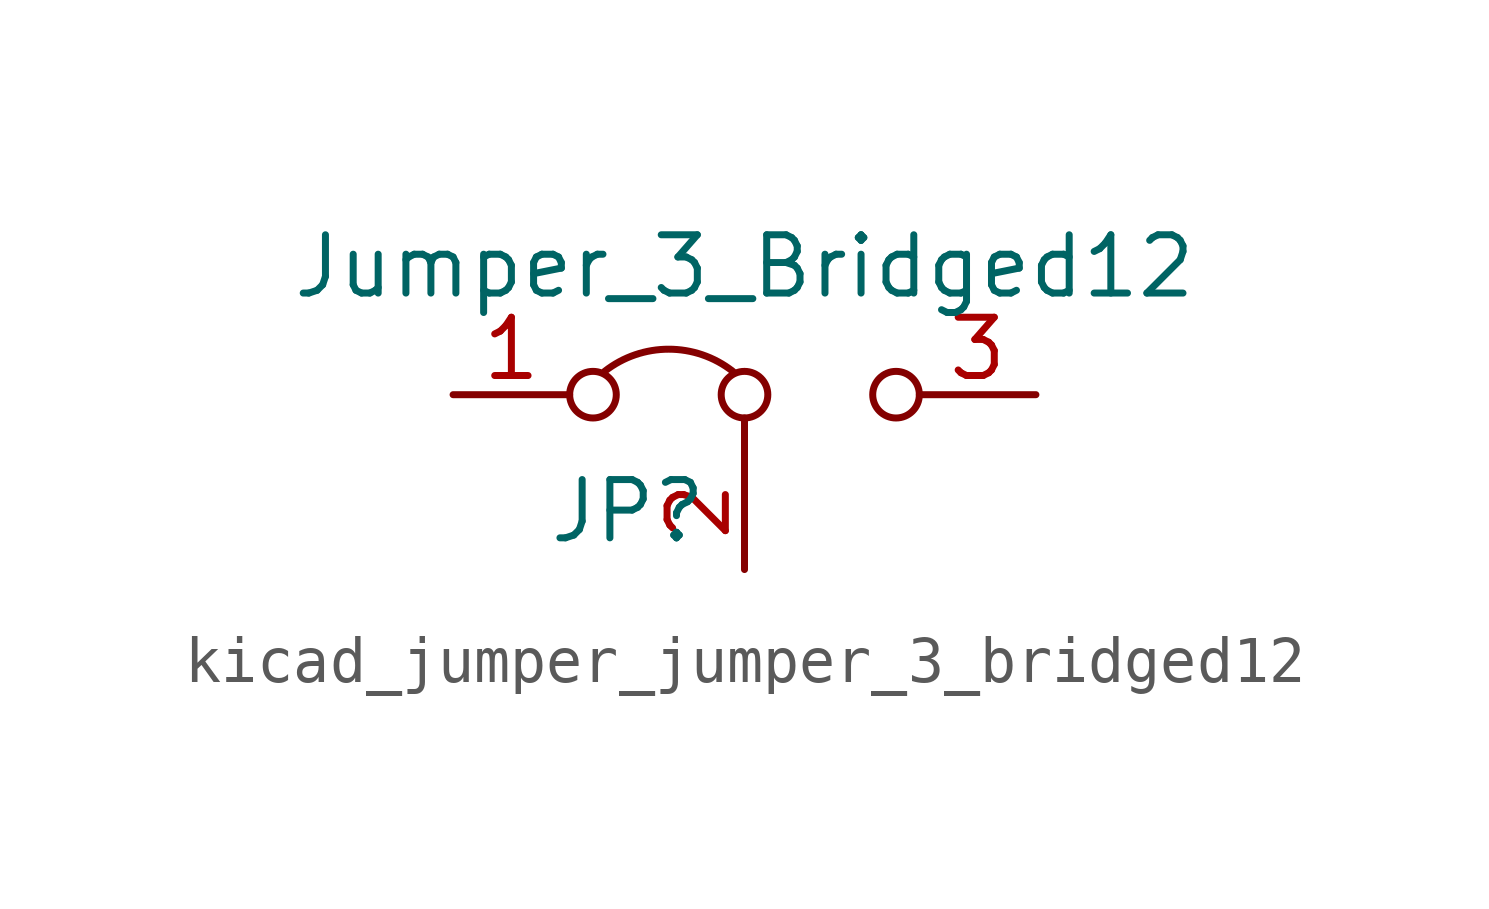
<source format=kicad_sym>
(kicad_symbol_lib
  (version 20220914)
  (generator kicad_symbol_editor)
  (symbol "kicad_jumper_jumper_3_bridged12"
    (pin_names
      (offset 0) hide)
    (property "Reference" "JP"
      (at -2.54 -2.54 0)
      (effects (font (size 1.27 1.27))))
    (property "Value" "Jumper_3_Bridged12"
      (at 0 2.794 0)
      (effects (font (size 1.27 1.27))))
    (symbol "kicad_jumper_jumper_3_bridged12_0_0"
      (circle (center -3.302 0) (radius 0.508) (stroke (width 0) (type default)) (fill (type none)))
      (circle (center 0 0) (radius 0.508) (stroke (width 0) (type default)) (fill (type none)))
      (circle (center 3.302 0) (radius 0.508) (stroke (width 0) (type default)) (fill (type none))))
    (symbol "kicad_jumper_jumper_3_bridged12_0_1"
      (arc (start -0.254 0.508) (mid -1.651 0.9912) (end -3.048 0.508) (stroke (width 0) (type default)) (fill (type none)))
      (polyline (pts (xy 0 -1.27) (xy 0 -0.508)) (stroke (width 0) (type default)) (fill (type none))))
    (symbol "kicad_jumper_jumper_3_bridged12_1_1"
      (pin passive line (at -6.35 0 0) (length 2.54) (name "A" (effects (font (size 1.27 1.27)))) (number "1" (effects (font (size 1.27 1.27)))))
      (pin passive line (at 0 -3.81 90) (length 2.54) (name "C" (effects (font (size 1.27 1.27)))) (number "2" (effects (font (size 1.27 1.27)))))
      (pin passive line (at 6.35 0 180) (length 2.54) (name "B" (effects (font (size 1.27 1.27)))) (number "3" (effects (font (size 1.27 1.27))))))))
</source>
